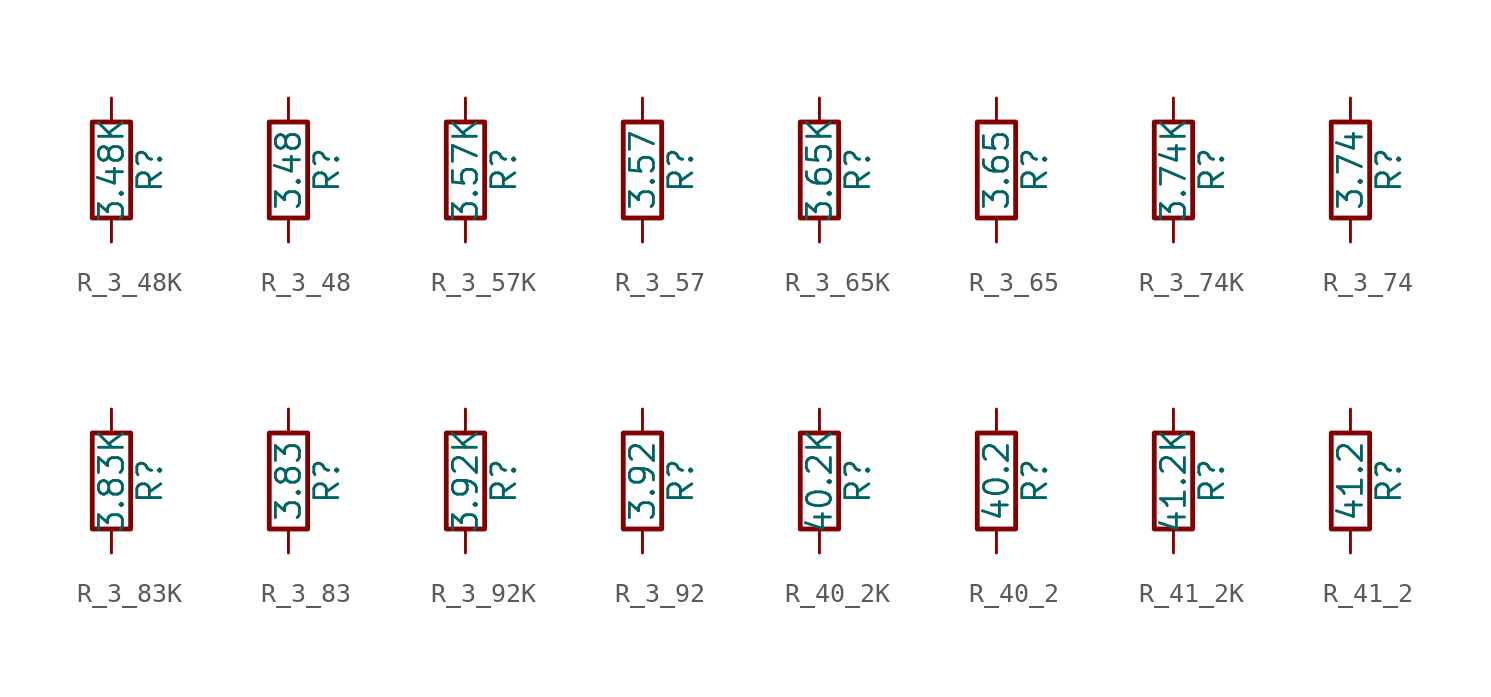
<source format=kicad_sym>
(kicad_symbol_lib
  (version 20211014)
  (generator atlantix-eda)
  (symbol "R_3_48K"
    (pin_numbers hide)
    (pin_names
      (offset 0))
    (property "Reference" "R"
      (at 2.032 0 90)
      (effects (font (size 1.27 1.27))))
    (property "Value" "3.48K"
      (at 0 0 90)
      (effects (font (size 1.27 1.27))))
    (symbol "R_3_48K_0_1"
      (rectangle (start -1.016 -2.54) (end 1.016 2.54) (stroke (width 0.254) (type default) (color 0 0 0 0)) (fill (type none))))
    (symbol "R_3_48K_1_1"
      (pin passive line (at 0 3.81 270) (length 1.27) (name "~" (effects (font (size 1.27 1.27)))) (number "1" (effects (font (size 1.27 1.27)))))
      (pin passive line (at 0 -3.81 90) (length 1.27) (name "~" (effects (font (size 1.27 1.27)))) (number "2" (effects (font (size 1.27 1.27)))))))
  (symbol "R_3_48"
    (pin_numbers hide)
    (pin_names
      (offset 0))
    (property "Reference" "R"
      (at 2.032 0 90)
      (effects (font (size 1.27 1.27))))
    (property "Value" "3.48"
      (at 0 0 90)
      (effects (font (size 1.27 1.27))))
    (symbol "R_3_48_0_1"
      (rectangle (start -1.016 -2.54) (end 1.016 2.54) (stroke (width 0.254) (type default) (color 0 0 0 0)) (fill (type none))))
    (symbol "R_3_48_1_1"
      (pin passive line (at 0 3.81 270) (length 1.27) (name "~" (effects (font (size 1.27 1.27)))) (number "1" (effects (font (size 1.27 1.27)))))
      (pin passive line (at 0 -3.81 90) (length 1.27) (name "~" (effects (font (size 1.27 1.27)))) (number "2" (effects (font (size 1.27 1.27)))))))
  (symbol "R_3_57K"
    (pin_numbers hide)
    (pin_names
      (offset 0))
    (property "Reference" "R"
      (at 2.032 0 90)
      (effects (font (size 1.27 1.27))))
    (property "Value" "3.57K"
      (at 0 0 90)
      (effects (font (size 1.27 1.27))))
    (symbol "R_3_57K_0_1"
      (rectangle (start -1.016 -2.54) (end 1.016 2.54) (stroke (width 0.254) (type default) (color 0 0 0 0)) (fill (type none))))
    (symbol "R_3_57K_1_1"
      (pin passive line (at 0 3.81 270) (length 1.27) (name "~" (effects (font (size 1.27 1.27)))) (number "1" (effects (font (size 1.27 1.27)))))
      (pin passive line (at 0 -3.81 90) (length 1.27) (name "~" (effects (font (size 1.27 1.27)))) (number "2" (effects (font (size 1.27 1.27)))))))
  (symbol "R_3_57"
    (pin_numbers hide)
    (pin_names
      (offset 0))
    (property "Reference" "R"
      (at 2.032 0 90)
      (effects (font (size 1.27 1.27))))
    (property "Value" "3.57"
      (at 0 0 90)
      (effects (font (size 1.27 1.27))))
    (symbol "R_3_57_0_1"
      (rectangle (start -1.016 -2.54) (end 1.016 2.54) (stroke (width 0.254) (type default) (color 0 0 0 0)) (fill (type none))))
    (symbol "R_3_57_1_1"
      (pin passive line (at 0 3.81 270) (length 1.27) (name "~" (effects (font (size 1.27 1.27)))) (number "1" (effects (font (size 1.27 1.27)))))
      (pin passive line (at 0 -3.81 90) (length 1.27) (name "~" (effects (font (size 1.27 1.27)))) (number "2" (effects (font (size 1.27 1.27)))))))
  (symbol "R_3_65K"
    (pin_numbers hide)
    (pin_names
      (offset 0))
    (property "Reference" "R"
      (at 2.032 0 90)
      (effects (font (size 1.27 1.27))))
    (property "Value" "3.65K"
      (at 0 0 90)
      (effects (font (size 1.27 1.27))))
    (symbol "R_3_65K_0_1"
      (rectangle (start -1.016 -2.54) (end 1.016 2.54) (stroke (width 0.254) (type default) (color 0 0 0 0)) (fill (type none))))
    (symbol "R_3_65K_1_1"
      (pin passive line (at 0 3.81 270) (length 1.27) (name "~" (effects (font (size 1.27 1.27)))) (number "1" (effects (font (size 1.27 1.27)))))
      (pin passive line (at 0 -3.81 90) (length 1.27) (name "~" (effects (font (size 1.27 1.27)))) (number "2" (effects (font (size 1.27 1.27)))))))
  (symbol "R_3_65"
    (pin_numbers hide)
    (pin_names
      (offset 0))
    (property "Reference" "R"
      (at 2.032 0 90)
      (effects (font (size 1.27 1.27))))
    (property "Value" "3.65"
      (at 0 0 90)
      (effects (font (size 1.27 1.27))))
    (symbol "R_3_65_0_1"
      (rectangle (start -1.016 -2.54) (end 1.016 2.54) (stroke (width 0.254) (type default) (color 0 0 0 0)) (fill (type none))))
    (symbol "R_3_65_1_1"
      (pin passive line (at 0 3.81 270) (length 1.27) (name "~" (effects (font (size 1.27 1.27)))) (number "1" (effects (font (size 1.27 1.27)))))
      (pin passive line (at 0 -3.81 90) (length 1.27) (name "~" (effects (font (size 1.27 1.27)))) (number "2" (effects (font (size 1.27 1.27)))))))
  (symbol "R_3_74K"
    (pin_numbers hide)
    (pin_names
      (offset 0))
    (property "Reference" "R"
      (at 2.032 0 90)
      (effects (font (size 1.27 1.27))))
    (property "Value" "3.74K"
      (at 0 0 90)
      (effects (font (size 1.27 1.27))))
    (symbol "R_3_74K_0_1"
      (rectangle (start -1.016 -2.54) (end 1.016 2.54) (stroke (width 0.254) (type default) (color 0 0 0 0)) (fill (type none))))
    (symbol "R_3_74K_1_1"
      (pin passive line (at 0 3.81 270) (length 1.27) (name "~" (effects (font (size 1.27 1.27)))) (number "1" (effects (font (size 1.27 1.27)))))
      (pin passive line (at 0 -3.81 90) (length 1.27) (name "~" (effects (font (size 1.27 1.27)))) (number "2" (effects (font (size 1.27 1.27)))))))
  (symbol "R_3_74"
    (pin_numbers hide)
    (pin_names
      (offset 0))
    (property "Reference" "R"
      (at 2.032 0 90)
      (effects (font (size 1.27 1.27))))
    (property "Value" "3.74"
      (at 0 0 90)
      (effects (font (size 1.27 1.27))))
    (symbol "R_3_74_0_1"
      (rectangle (start -1.016 -2.54) (end 1.016 2.54) (stroke (width 0.254) (type default) (color 0 0 0 0)) (fill (type none))))
    (symbol "R_3_74_1_1"
      (pin passive line (at 0 3.81 270) (length 1.27) (name "~" (effects (font (size 1.27 1.27)))) (number "1" (effects (font (size 1.27 1.27)))))
      (pin passive line (at 0 -3.81 90) (length 1.27) (name "~" (effects (font (size 1.27 1.27)))) (number "2" (effects (font (size 1.27 1.27)))))))
  (symbol "R_3_83K"
    (pin_numbers hide)
    (pin_names
      (offset 0))
    (property "Reference" "R"
      (at 2.032 0 90)
      (effects (font (size 1.27 1.27))))
    (property "Value" "3.83K"
      (at 0 0 90)
      (effects (font (size 1.27 1.27))))
    (symbol "R_3_83K_0_1"
      (rectangle (start -1.016 -2.54) (end 1.016 2.54) (stroke (width 0.254) (type default) (color 0 0 0 0)) (fill (type none))))
    (symbol "R_3_83K_1_1"
      (pin passive line (at 0 3.81 270) (length 1.27) (name "~" (effects (font (size 1.27 1.27)))) (number "1" (effects (font (size 1.27 1.27)))))
      (pin passive line (at 0 -3.81 90) (length 1.27) (name "~" (effects (font (size 1.27 1.27)))) (number "2" (effects (font (size 1.27 1.27)))))))
  (symbol "R_3_83"
    (pin_numbers hide)
    (pin_names
      (offset 0))
    (property "Reference" "R"
      (at 2.032 0 90)
      (effects (font (size 1.27 1.27))))
    (property "Value" "3.83"
      (at 0 0 90)
      (effects (font (size 1.27 1.27))))
    (symbol "R_3_83_0_1"
      (rectangle (start -1.016 -2.54) (end 1.016 2.54) (stroke (width 0.254) (type default) (color 0 0 0 0)) (fill (type none))))
    (symbol "R_3_83_1_1"
      (pin passive line (at 0 3.81 270) (length 1.27) (name "~" (effects (font (size 1.27 1.27)))) (number "1" (effects (font (size 1.27 1.27)))))
      (pin passive line (at 0 -3.81 90) (length 1.27) (name "~" (effects (font (size 1.27 1.27)))) (number "2" (effects (font (size 1.27 1.27)))))))
  (symbol "R_3_92K"
    (pin_numbers hide)
    (pin_names
      (offset 0))
    (property "Reference" "R"
      (at 2.032 0 90)
      (effects (font (size 1.27 1.27))))
    (property "Value" "3.92K"
      (at 0 0 90)
      (effects (font (size 1.27 1.27))))
    (symbol "R_3_92K_0_1"
      (rectangle (start -1.016 -2.54) (end 1.016 2.54) (stroke (width 0.254) (type default) (color 0 0 0 0)) (fill (type none))))
    (symbol "R_3_92K_1_1"
      (pin passive line (at 0 3.81 270) (length 1.27) (name "~" (effects (font (size 1.27 1.27)))) (number "1" (effects (font (size 1.27 1.27)))))
      (pin passive line (at 0 -3.81 90) (length 1.27) (name "~" (effects (font (size 1.27 1.27)))) (number "2" (effects (font (size 1.27 1.27)))))))
  (symbol "R_3_92"
    (pin_numbers hide)
    (pin_names
      (offset 0))
    (property "Reference" "R"
      (at 2.032 0 90)
      (effects (font (size 1.27 1.27))))
    (property "Value" "3.92"
      (at 0 0 90)
      (effects (font (size 1.27 1.27))))
    (symbol "R_3_92_0_1"
      (rectangle (start -1.016 -2.54) (end 1.016 2.54) (stroke (width 0.254) (type default) (color 0 0 0 0)) (fill (type none))))
    (symbol "R_3_92_1_1"
      (pin passive line (at 0 3.81 270) (length 1.27) (name "~" (effects (font (size 1.27 1.27)))) (number "1" (effects (font (size 1.27 1.27)))))
      (pin passive line (at 0 -3.81 90) (length 1.27) (name "~" (effects (font (size 1.27 1.27)))) (number "2" (effects (font (size 1.27 1.27)))))))
  (symbol "R_40_2K"
    (pin_numbers hide)
    (pin_names
      (offset 0))
    (property "Reference" "R"
      (at 2.032 0 90)
      (effects (font (size 1.27 1.27))))
    (property "Value" "40.2K"
      (at 0 0 90)
      (effects (font (size 1.27 1.27))))
    (symbol "R_40_2K_0_1"
      (rectangle (start -1.016 -2.54) (end 1.016 2.54) (stroke (width 0.254) (type default) (color 0 0 0 0)) (fill (type none))))
    (symbol "R_40_2K_1_1"
      (pin passive line (at 0 3.81 270) (length 1.27) (name "~" (effects (font (size 1.27 1.27)))) (number "1" (effects (font (size 1.27 1.27)))))
      (pin passive line (at 0 -3.81 90) (length 1.27) (name "~" (effects (font (size 1.27 1.27)))) (number "2" (effects (font (size 1.27 1.27)))))))
  (symbol "R_40_2"
    (pin_numbers hide)
    (pin_names
      (offset 0))
    (property "Reference" "R"
      (at 2.032 0 90)
      (effects (font (size 1.27 1.27))))
    (property "Value" "40.2"
      (at 0 0 90)
      (effects (font (size 1.27 1.27))))
    (symbol "R_40_2_0_1"
      (rectangle (start -1.016 -2.54) (end 1.016 2.54) (stroke (width 0.254) (type default) (color 0 0 0 0)) (fill (type none))))
    (symbol "R_40_2_1_1"
      (pin passive line (at 0 3.81 270) (length 1.27) (name "~" (effects (font (size 1.27 1.27)))) (number "1" (effects (font (size 1.27 1.27)))))
      (pin passive line (at 0 -3.81 90) (length 1.27) (name "~" (effects (font (size 1.27 1.27)))) (number "2" (effects (font (size 1.27 1.27)))))))
  (symbol "R_41_2K"
    (pin_numbers hide)
    (pin_names
      (offset 0))
    (property "Reference" "R"
      (at 2.032 0 90)
      (effects (font (size 1.27 1.27))))
    (property "Value" "41.2K"
      (at 0 0 90)
      (effects (font (size 1.27 1.27))))
    (symbol "R_41_2K_0_1"
      (rectangle (start -1.016 -2.54) (end 1.016 2.54) (stroke (width 0.254) (type default) (color 0 0 0 0)) (fill (type none))))
    (symbol "R_41_2K_1_1"
      (pin passive line (at 0 3.81 270) (length 1.27) (name "~" (effects (font (size 1.27 1.27)))) (number "1" (effects (font (size 1.27 1.27)))))
      (pin passive line (at 0 -3.81 90) (length 1.27) (name "~" (effects (font (size 1.27 1.27)))) (number "2" (effects (font (size 1.27 1.27)))))))
  (symbol "R_41_2"
    (pin_numbers hide)
    (pin_names
      (offset 0))
    (property "Reference" "R"
      (at 2.032 0 90)
      (effects (font (size 1.27 1.27))))
    (property "Value" "41.2"
      (at 0 0 90)
      (effects (font (size 1.27 1.27))))
    (symbol "R_41_2_0_1"
      (rectangle (start -1.016 -2.54) (end 1.016 2.54) (stroke (width 0.254) (type default) (color 0 0 0 0)) (fill (type none))))
    (symbol "R_41_2_1_1"
      (pin passive line (at 0 3.81 270) (length 1.27) (name "~" (effects (font (size 1.27 1.27)))) (number "1" (effects (font (size 1.27 1.27)))))
      (pin passive line (at 0 -3.81 90) (length 1.27) (name "~" (effects (font (size 1.27 1.27)))) (number "2" (effects (font (size 1.27 1.27))))))))
</source>
